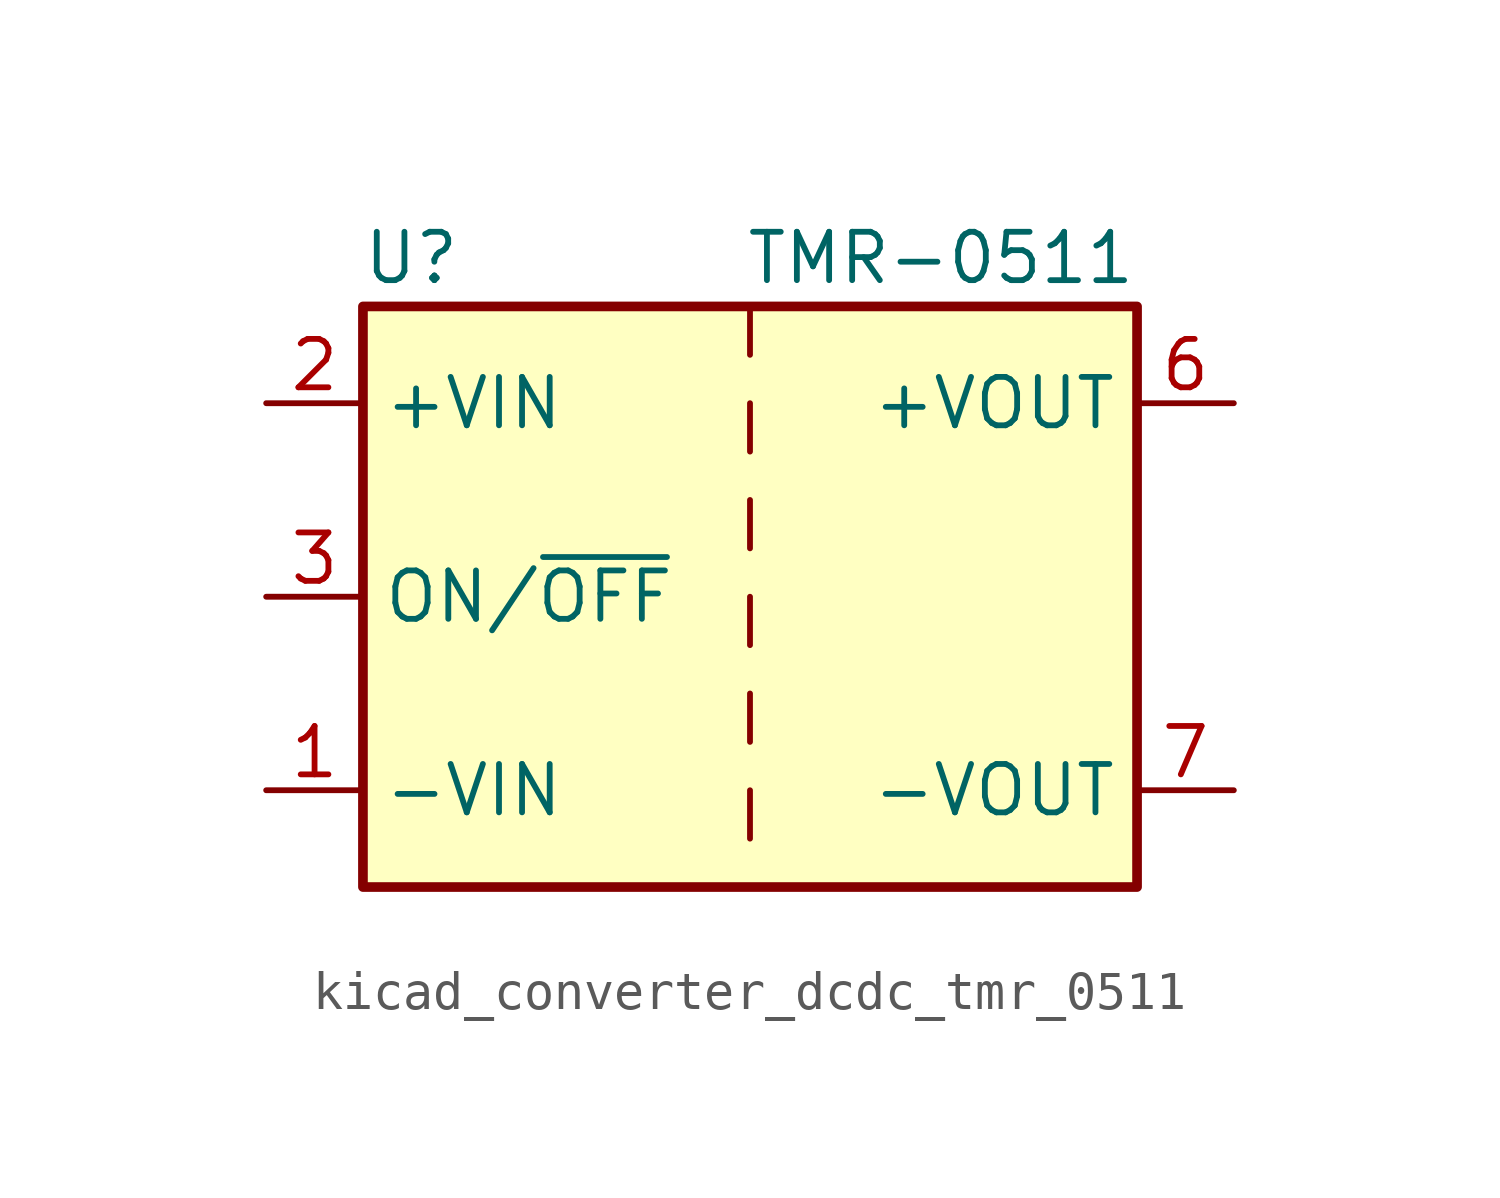
<source format=kicad_sym>
(kicad_symbol_lib
  (version 20220914)
  (generator kicad_symbol_editor)
  (symbol "kicad_converter_dcdc_tmr_0511"
    (property "Reference" "U"
      (at -8.89 8.89 0)
      (effects (font (size 1.27 1.27))))
    (property "Value" "TMR-0511"
      (at 10.16 8.89 0)
      (effects (font (size 1.27 1.27)) (justify right)))
    (symbol "kicad_converter_dcdc_tmr_0511_0_1"
      (rectangle (start -10.16 7.62) (end 10.16 -7.62) (stroke (width 0.254) (type default)) (fill (type background)))
      (polyline (pts (xy 0 -5.08) (xy 0 -6.35)) (stroke (width 0) (type default)) (fill (type none)))
      (polyline (pts (xy 0 -2.54) (xy 0 -3.81)) (stroke (width 0) (type default)) (fill (type none)))
      (polyline (pts (xy 0 0) (xy 0 -1.27)) (stroke (width 0) (type default)) (fill (type none)))
      (polyline (pts (xy 0 2.54) (xy 0 1.27)) (stroke (width 0) (type default)) (fill (type none)))
      (polyline (pts (xy 0 5.08) (xy 0 3.81)) (stroke (width 0) (type default)) (fill (type none)))
      (polyline (pts (xy 0 7.62) (xy 0 6.35)) (stroke (width 0) (type default)) (fill (type none))))
    (symbol "kicad_converter_dcdc_tmr_0511_1_1"
      (pin power_in line (at -12.7 -5.08 0) (length 2.54) (name "-VIN" (effects (font (size 1.27 1.27)))) (number "1" (effects (font (size 1.27 1.27)))))
      (pin power_in line (at -12.7 5.08 0) (length 2.54) (name "+VIN" (effects (font (size 1.27 1.27)))) (number "2" (effects (font (size 1.27 1.27)))))
      (pin input line (at -12.7 0 0) (length 2.54) (name "ON/~{OFF}" (effects (font (size 1.27 1.27)))) (number "3" (effects (font (size 1.27 1.27)))))
      (pin no_connect line (at 10.16 2.54 180) (length 2.54) hide (name "NC" (effects (font (size 1.27 1.27)))) (number "5" (effects (font (size 1.27 1.27)))))
      (pin power_out line (at 12.7 5.08 180) (length 2.54) (name "+VOUT" (effects (font (size 1.27 1.27)))) (number "6" (effects (font (size 1.27 1.27)))))
      (pin power_out line (at 12.7 -5.08 180) (length 2.54) (name "-VOUT" (effects (font (size 1.27 1.27)))) (number "7" (effects (font (size 1.27 1.27)))))
      (pin no_connect line (at 10.16 0 180) (length 2.54) hide (name "NC" (effects (font (size 1.27 1.27)))) (number "8" (effects (font (size 1.27 1.27))))))))
</source>
